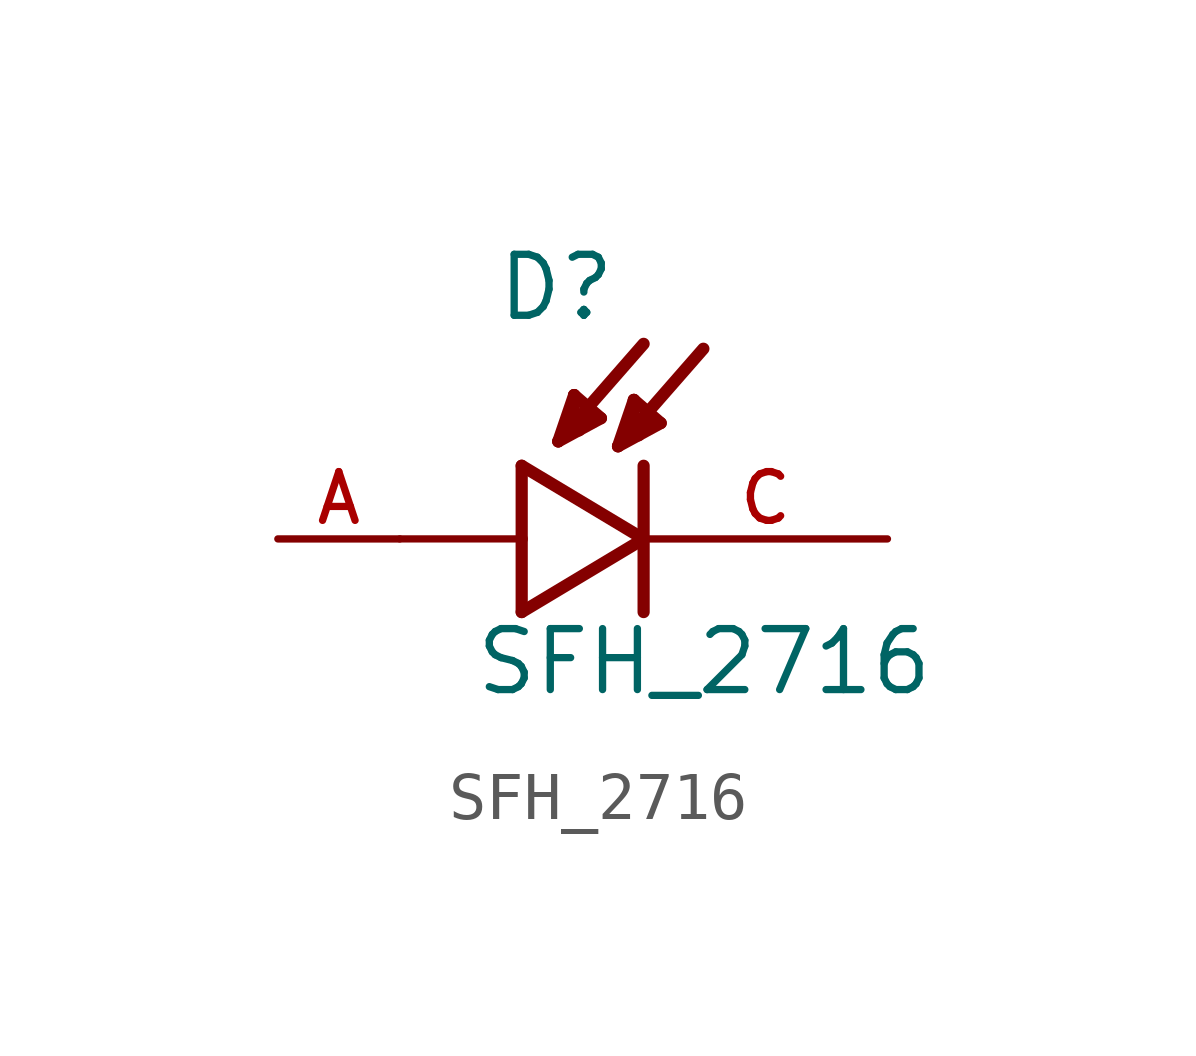
<source format=kicad_sym>
(kicad_symbol_lib
  (version 20211014)
  (generator kicad_symbol_editor)
  (symbol "SFH_2716"
    (pin_names
      (offset 1.016))
    (property "Reference" "D"
      (at -3.099 4.496 0)
      (effects (font (size 1.27 1.27)) (justify bottom left)))
    (property "Value" "SFH_2716"
      (at -3.556 -3.302 0)
      (effects (font (size 1.27 1.27)) (justify bottom left)))
    (symbol "SFH_2716_0_0"
      (polyline (pts (xy -2.54 1.524) (xy -2.54 0.0)) (stroke (width 0.254)))
      (polyline (pts (xy -2.54 0.0) (xy -2.54 -1.524)) (stroke (width 0.254)))
      (polyline (pts (xy -2.54 -1.524) (xy 0.0 0.0)) (stroke (width 0.254)))
      (polyline (pts (xy 0.0 0.0) (xy -2.54 1.524)) (stroke (width 0.254)))
      (polyline (pts (xy 0.0 1.524) (xy 0.0 -1.524)) (stroke (width 0.254)))
      (polyline (pts (xy -2.54 0.0) (xy -5.08 0.0)) (stroke (width 0.152)))
      (polyline (pts (xy -1.778 2.032) (xy 0.0 4.064)) (stroke (width 0.254)))
      (polyline (pts (xy -1.448 2.997) (xy -0.889 2.515)) (stroke (width 0.254)))
      (polyline (pts (xy -0.889 2.515) (xy -1.778 2.032)) (stroke (width 0.254)))
      (polyline (pts (xy -1.778 2.032) (xy -1.448 2.997)) (stroke (width 0.254)))
      (polyline (pts (xy -1.448 2.997) (xy -1.473 2.261)) (stroke (width 0.254)))
      (polyline (pts (xy -1.473 2.261) (xy -1.346 2.261)) (stroke (width 0.254)))
      (polyline (pts (xy -1.067 2.591) (xy -1.295 2.438)) (stroke (width 0.254)))
      (polyline (pts (xy -0.533 1.93) (xy 1.245 3.962)) (stroke (width 0.254)))
      (polyline (pts (xy -0.203 2.896) (xy 0.356 2.413)) (stroke (width 0.254)))
      (polyline (pts (xy 0.356 2.413) (xy -0.533 1.93)) (stroke (width 0.254)))
      (polyline (pts (xy -0.533 1.93) (xy -0.203 2.896)) (stroke (width 0.254)))
      (polyline (pts (xy -0.203 2.896) (xy -0.229 2.159)) (stroke (width 0.254)))
      (polyline (pts (xy -0.229 2.159) (xy -0.102 2.159)) (stroke (width 0.254)))
      (polyline (pts (xy 0.178 2.489) (xy -0.051 2.337)) (stroke (width 0.254)))
      (pin passive line (at 5.08 0.0 180.0) (length 5.08) (name "~" (effects (font (size 1.016 1.016)))) (number "C" (effects (font (size 1.016 1.016)))))
      (pin passive line (at -7.62 0.0 0) (length 2.54) (name "~" (effects (font (size 1.016 1.016)))) (number "A" (effects (font (size 1.016 1.016))))))))
</source>
